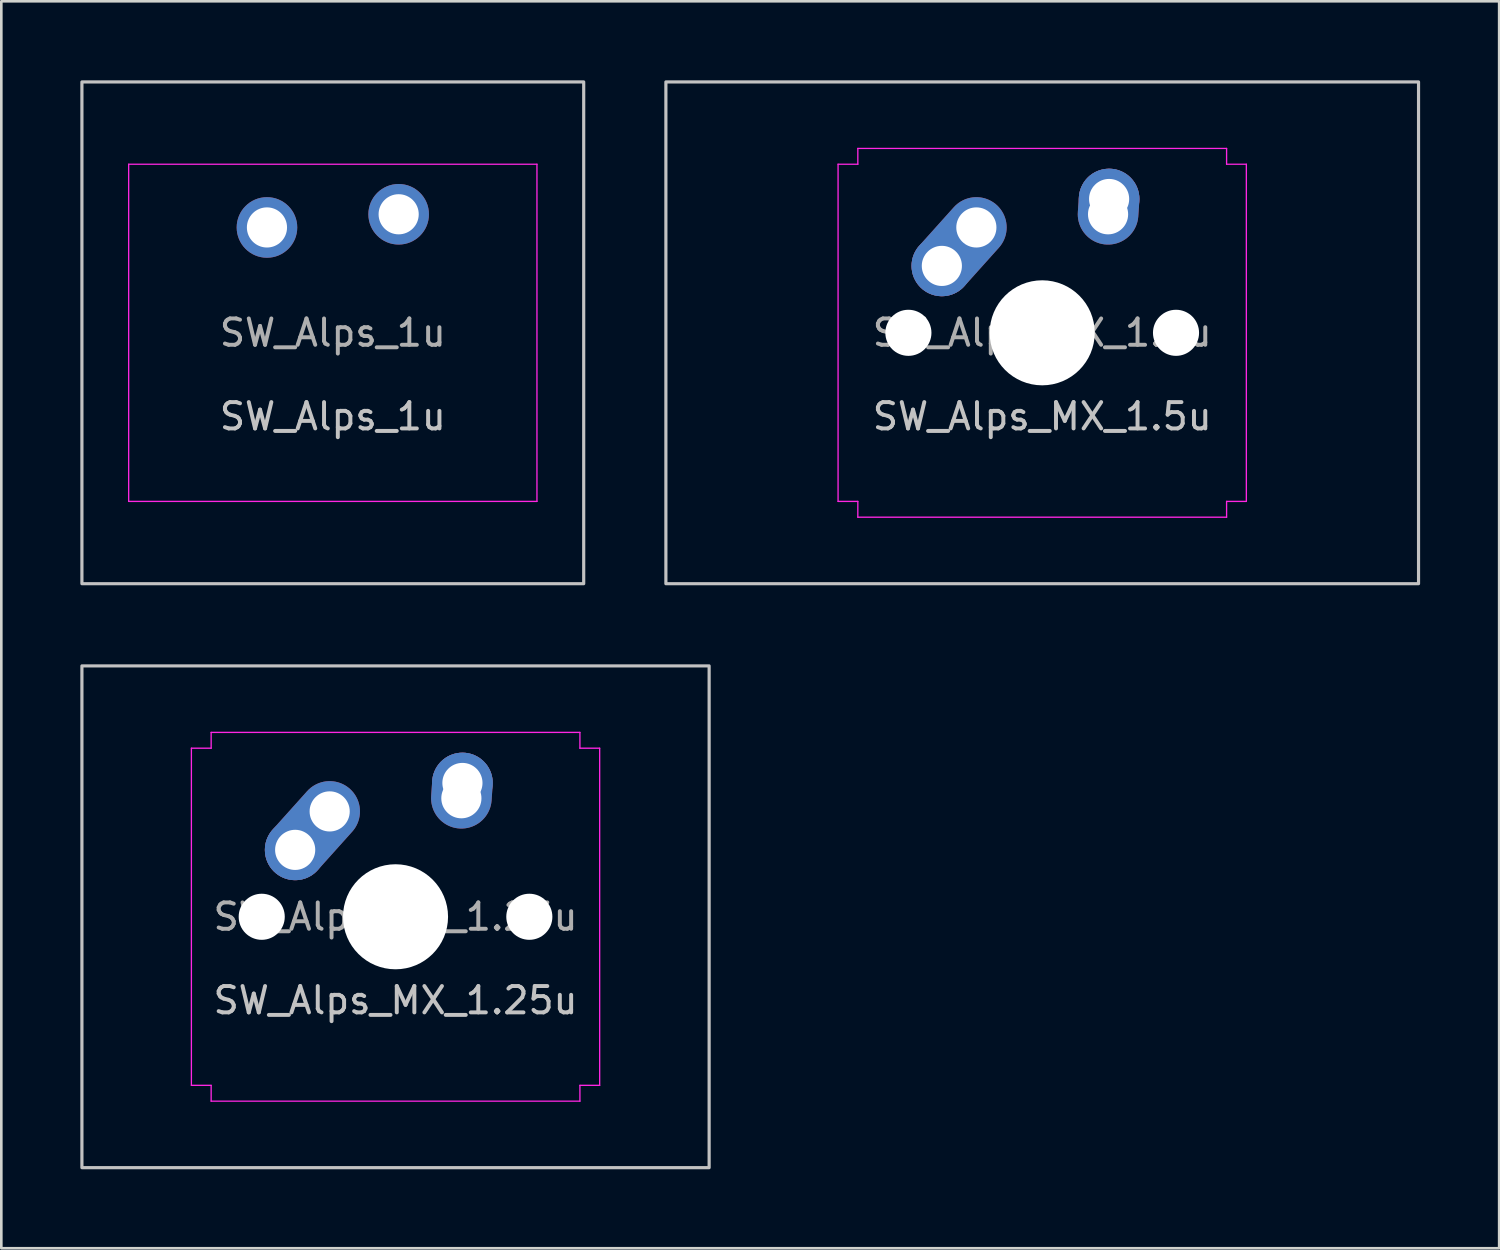
<source format=kicad_pcb>
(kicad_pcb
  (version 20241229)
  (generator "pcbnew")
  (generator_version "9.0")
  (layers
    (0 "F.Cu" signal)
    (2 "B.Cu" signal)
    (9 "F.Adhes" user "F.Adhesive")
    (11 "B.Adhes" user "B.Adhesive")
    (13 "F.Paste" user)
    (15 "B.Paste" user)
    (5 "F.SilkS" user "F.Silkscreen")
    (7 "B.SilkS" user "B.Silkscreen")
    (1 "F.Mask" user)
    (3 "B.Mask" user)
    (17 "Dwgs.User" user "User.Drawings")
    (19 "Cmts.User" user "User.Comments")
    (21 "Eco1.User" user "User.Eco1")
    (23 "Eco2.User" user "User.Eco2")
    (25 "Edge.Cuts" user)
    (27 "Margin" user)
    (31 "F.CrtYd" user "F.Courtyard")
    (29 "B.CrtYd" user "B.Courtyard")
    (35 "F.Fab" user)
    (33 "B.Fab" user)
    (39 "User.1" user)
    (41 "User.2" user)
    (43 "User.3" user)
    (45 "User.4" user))
  (footprint "SW_Alps_MX_1.25u"
    (layer "F.Cu")
    (at 11.966 31.755)
    (property "Reference" "SW_Alps_MX_1.25u" (at 0 3.175 0) (layer "Dwgs.User") (effects (font (size 1 1) (thickness 0.15))))
    (attr through_hole exclude_from_pos_files exclude_from_bom)
    (fp_rect (start -11.906 -9.525) (end 11.906 9.525) (stroke (width 0.12) (type solid)) (fill no) (layer "Dwgs.User"))
    (fp_line (start -7.75 -5.9) (end -7.75 5.9) (stroke (width 0.05) (type solid)) (layer "Eco2.User"))
    (fp_line (start -7.25 -6.4) (end -7 -6.4) (stroke (width 0.05) (type solid)) (layer "Eco2.User"))
    (fp_line (start -7.25 6.4) (end -7 6.4) (stroke (width 0.05) (type solid)) (layer "Eco2.User"))
    (fp_line (start -7 -6.4) (end -7 -6.5) (stroke (width 0.05) (type solid)) (layer "Eco2.User"))
    (fp_line (start -7 6.4) (end -7 6.5) (stroke (width 0.05) (type solid)) (layer "Eco2.User"))
    (fp_line (start -6.5 -7) (end 6.5 -7) (stroke (width 0.05) (type solid)) (layer "Eco2.User"))
    (fp_line (start -6.5 7) (end 6.5 7) (stroke (width 0.05) (type solid)) (layer "Eco2.User"))
    (fp_line (start 7 -6.4) (end 7 -6.5) (stroke (width 0.05) (type solid)) (layer "Eco2.User"))
    (fp_line (start 7 6.4) (end 7 6.5) (stroke (width 0.05) (type solid)) (layer "Eco2.User"))
    (fp_line (start 7.25 -6.4) (end 7 -6.4) (stroke (width 0.05) (type solid)) (layer "Eco2.User"))
    (fp_line (start 7.25 6.4) (end 7 6.4) (stroke (width 0.05) (type solid)) (layer "Eco2.User"))
    (fp_line (start 7.75 -5.9) (end 7.75 5.9) (stroke (width 0.05) (type solid)) (layer "Eco2.User"))
    (fp_arc (start -7.75 -5.9) (mid -7.603553 -6.253553) (end -7.25 -6.4) (stroke (width 0.05) (type solid)) (layer "Eco2.User"))
    (fp_arc (start -7.25 6.4) (mid -7.603553 6.253553) (end -7.75 5.9) (stroke (width 0.05) (type solid)) (layer "Eco2.User"))
    (fp_arc (start -7 -6.5) (mid -6.853553 -6.853553) (end -6.5 -7) (stroke (width 0.05) (type solid)) (layer "Eco2.User"))
    (fp_arc (start -6.5 7) (mid -6.853553 6.853553) (end -7 6.5) (stroke (width 0.05) (type solid)) (layer "Eco2.User"))
    (fp_arc (start 6.5 -7) (mid 6.853553 -6.853553) (end 7 -6.5) (stroke (width 0.05) (type solid)) (layer "Eco2.User"))
    (fp_arc (start 7 6.5) (mid 6.853553 6.853553) (end 6.5 7) (stroke (width 0.05) (type solid)) (layer "Eco2.User"))
    (fp_arc (start 7.25 -6.4) (mid 7.603553 -6.253553) (end 7.75 -5.9) (stroke (width 0.05) (type solid)) (layer "Eco2.User"))
    (fp_arc (start 7.75 5.9) (mid 7.603553 6.253553) (end 7.25 6.4) (stroke (width 0.05) (type solid)) (layer "Eco2.User"))
    (fp_line (start -7.75 -6.4) (end -7.75 6.4) (stroke (width 0.05) (type solid)) (layer "F.CrtYd"))
    (fp_line (start -7.75 -6.4) (end -7 -6.4) (stroke (width 0.05) (type solid)) (layer "F.CrtYd"))
    (fp_line (start -7.75 6.4) (end -7 6.4) (stroke (width 0.05) (type solid)) (layer "F.CrtYd"))
    (fp_line (start -7 -7) (end -7 -6.4) (stroke (width 0.05) (type solid)) (layer "F.CrtYd"))
    (fp_line (start -7 7) (end -7 6.4) (stroke (width 0.05) (type solid)) (layer "F.CrtYd"))
    (fp_line (start -7 7) (end 7 7) (stroke (width 0.05) (type solid)) (layer "F.CrtYd"))
    (fp_line (start 7 -7) (end -7 -7) (stroke (width 0.05) (type solid)) (layer "F.CrtYd"))
    (fp_line (start 7 -7) (end 7 -6.4) (stroke (width 0.05) (type solid)) (layer "F.CrtYd"))
    (fp_line (start 7 7) (end 7 6.4) (stroke (width 0.05) (type solid)) (layer "F.CrtYd"))
    (fp_line (start 7.75 -6.4) (end 7 -6.4) (stroke (width 0.05) (type solid)) (layer "F.CrtYd"))
    (fp_line (start 7.75 6.4) (end 7 6.4) (stroke (width 0.05) (type solid)) (layer "F.CrtYd"))
    (fp_line (start 7.75 6.4) (end 7.75 -6.4) (stroke (width 0.05) (type solid)) (layer "F.CrtYd"))
    (fp_text user "${REFERENCE}" (at 0 0 0) (layer "F.Fab") (effects (font (size 1 1) (thickness 0.15))))
    (pad "" np_thru_hole circle (at -5.08 0) (size 1.75 1.75) (drill 1.75) (layers "*.Cu" "*.Mask"))
    (pad "" np_thru_hole circle (at 0 0) (size 3.988 3.988) (drill 3.988) (layers "*.Cu" "*.Mask"))
    (pad "" np_thru_hole circle (at 5.08 0) (size 1.75 1.75) (drill 1.75) (layers "*.Cu" "*.Mask"))
    (pad "1" thru_hole circle (at -3.81 -2.54) (size 2.3 2.3) (drill 1.524) (layers "*.Cu" "B.Mask"))
    (pad "1" thru_hole oval (at -2.5 -4 318.1) (size 2.3 4.262) (drill 1.524 (offset 0 0.981)) (layers "*.Cu" "B.Mask"))
    (pad "2" thru_hole oval (at 2.5 -4.5 176.1) (size 2.3 2.881) (drill 1.524 (offset 0 0.29)) (layers "*.Cu" "B.Mask"))
    (pad "2" thru_hole circle (at 2.54 -5.08) (size 2.3 2.3) (drill 1.524) (layers "*.Cu" "B.Mask")))
  (footprint "SW_Alps_MX_1.5u"
    (layer "F.Cu")
    (at 36.517 9.585)
    (property "Reference" "SW_Alps_MX_1.5u" (at 0 3.175 0) (layer "Dwgs.User") (effects (font (size 1 1) (thickness 0.15))))
    (attr through_hole exclude_from_pos_files exclude_from_bom)
    (fp_rect (start -14.287 -9.525) (end 14.287 9.525) (stroke (width 0.12) (type solid)) (fill no) (layer "Dwgs.User"))
    (fp_line (start -7.75 -5.9) (end -7.75 5.9) (stroke (width 0.05) (type solid)) (layer "Eco2.User"))
    (fp_line (start -7.25 -6.4) (end -7 -6.4) (stroke (width 0.05) (type solid)) (layer "Eco2.User"))
    (fp_line (start -7.25 6.4) (end -7 6.4) (stroke (width 0.05) (type solid)) (layer "Eco2.User"))
    (fp_line (start -7 -6.4) (end -7 -6.5) (stroke (width 0.05) (type solid)) (layer "Eco2.User"))
    (fp_line (start -7 6.4) (end -7 6.5) (stroke (width 0.05) (type solid)) (layer "Eco2.User"))
    (fp_line (start -6.5 -7) (end 6.5 -7) (stroke (width 0.05) (type solid)) (layer "Eco2.User"))
    (fp_line (start -6.5 7) (end 6.5 7) (stroke (width 0.05) (type solid)) (layer "Eco2.User"))
    (fp_line (start 7 -6.4) (end 7 -6.5) (stroke (width 0.05) (type solid)) (layer "Eco2.User"))
    (fp_line (start 7 6.4) (end 7 6.5) (stroke (width 0.05) (type solid)) (layer "Eco2.User"))
    (fp_line (start 7.25 -6.4) (end 7 -6.4) (stroke (width 0.05) (type solid)) (layer "Eco2.User"))
    (fp_line (start 7.25 6.4) (end 7 6.4) (stroke (width 0.05) (type solid)) (layer "Eco2.User"))
    (fp_line (start 7.75 -5.9) (end 7.75 5.9) (stroke (width 0.05) (type solid)) (layer "Eco2.User"))
    (fp_arc (start -7.75 -5.9) (mid -7.603553 -6.253553) (end -7.25 -6.4) (stroke (width 0.05) (type solid)) (layer "Eco2.User"))
    (fp_arc (start -7.25 6.4) (mid -7.603553 6.253553) (end -7.75 5.9) (stroke (width 0.05) (type solid)) (layer "Eco2.User"))
    (fp_arc (start -7 -6.5) (mid -6.853553 -6.853553) (end -6.5 -7) (stroke (width 0.05) (type solid)) (layer "Eco2.User"))
    (fp_arc (start -6.5 7) (mid -6.853553 6.853553) (end -7 6.5) (stroke (width 0.05) (type solid)) (layer "Eco2.User"))
    (fp_arc (start 6.5 -7) (mid 6.853553 -6.853553) (end 7 -6.5) (stroke (width 0.05) (type solid)) (layer "Eco2.User"))
    (fp_arc (start 7 6.5) (mid 6.853553 6.853553) (end 6.5 7) (stroke (width 0.05) (type solid)) (layer "Eco2.User"))
    (fp_arc (start 7.25 -6.4) (mid 7.603553 -6.253553) (end 7.75 -5.9) (stroke (width 0.05) (type solid)) (layer "Eco2.User"))
    (fp_arc (start 7.75 5.9) (mid 7.603553 6.253553) (end 7.25 6.4) (stroke (width 0.05) (type solid)) (layer "Eco2.User"))
    (fp_line (start -7.75 -6.4) (end -7.75 6.4) (stroke (width 0.05) (type solid)) (layer "F.CrtYd"))
    (fp_line (start -7.75 -6.4) (end -7 -6.4) (stroke (width 0.05) (type solid)) (layer "F.CrtYd"))
    (fp_line (start -7.75 6.4) (end -7 6.4) (stroke (width 0.05) (type solid)) (layer "F.CrtYd"))
    (fp_line (start -7 -7) (end -7 -6.4) (stroke (width 0.05) (type solid)) (layer "F.CrtYd"))
    (fp_line (start -7 7) (end -7 6.4) (stroke (width 0.05) (type solid)) (layer "F.CrtYd"))
    (fp_line (start -7 7) (end 7 7) (stroke (width 0.05) (type solid)) (layer "F.CrtYd"))
    (fp_line (start 7 -7) (end -7 -7) (stroke (width 0.05) (type solid)) (layer "F.CrtYd"))
    (fp_line (start 7 -7) (end 7 -6.4) (stroke (width 0.05) (type solid)) (layer "F.CrtYd"))
    (fp_line (start 7 7) (end 7 6.4) (stroke (width 0.05) (type solid)) (layer "F.CrtYd"))
    (fp_line (start 7.75 -6.4) (end 7 -6.4) (stroke (width 0.05) (type solid)) (layer "F.CrtYd"))
    (fp_line (start 7.75 6.4) (end 7 6.4) (stroke (width 0.05) (type solid)) (layer "F.CrtYd"))
    (fp_line (start 7.75 6.4) (end 7.75 -6.4) (stroke (width 0.05) (type solid)) (layer "F.CrtYd"))
    (fp_text user "${REFERENCE}" (at 0 0 0) (layer "F.Fab") (effects (font (size 1 1) (thickness 0.15))))
    (pad "" np_thru_hole circle (at -5.08 0) (size 1.75 1.75) (drill 1.75) (layers "*.Cu" "*.Mask"))
    (pad "" np_thru_hole circle (at 0 0) (size 3.988 3.988) (drill 3.988) (layers "*.Cu" "*.Mask"))
    (pad "" np_thru_hole circle (at 5.08 0) (size 1.75 1.75) (drill 1.75) (layers "*.Cu" "*.Mask"))
    (pad "1" thru_hole circle (at -3.81 -2.54) (size 2.3 2.3) (drill 1.524) (layers "*.Cu" "B.Mask"))
    (pad "1" thru_hole oval (at -2.5 -4 318.1) (size 2.3 4.262) (drill 1.524 (offset 0 0.981)) (layers "*.Cu" "B.Mask"))
    (pad "2" thru_hole oval (at 2.5 -4.5 176.1) (size 2.3 2.881) (drill 1.524 (offset 0 0.29)) (layers "*.Cu" "B.Mask"))
    (pad "2" thru_hole circle (at 2.54 -5.08) (size 2.3 2.3) (drill 1.524) (layers "*.Cu" "B.Mask")))
  (footprint "SW_Alps_1u"
    (layer "F.Cu")
    (at 9.585 9.585)
    (property "Reference" "SW_Alps_1u" (at 0 3.175 0) (layer "Dwgs.User") (effects (font (size 1 1) (thickness 0.15))))
    (attr through_hole exclude_from_pos_files exclude_from_bom)
    (fp_rect (start -9.525 -9.525) (end 9.525 9.525) (stroke (width 0.12) (type solid)) (fill no) (layer "Dwgs.User"))
    (fp_line (start -7.75 -5.9) (end -7.75 5.9) (stroke (width 0.05) (type solid)) (layer "Eco2.User"))
    (fp_line (start -7.25 -6.4) (end 7.25 -6.4) (stroke (width 0.05) (type solid)) (layer "Eco2.User"))
    (fp_line (start -7.25 6.4) (end 7.25 6.4) (stroke (width 0.05) (type solid)) (layer "Eco2.User"))
    (fp_line (start 7.75 -5.9) (end 7.75 5.9) (stroke (width 0.05) (type solid)) (layer "Eco2.User"))
    (fp_arc (start -7.75 -5.9) (mid -7.603553 -6.253553) (end -7.25 -6.4) (stroke (width 0.05) (type solid)) (layer "Eco2.User"))
    (fp_arc (start -7.25 6.4) (mid -7.603553 6.253553) (end -7.75 5.9) (stroke (width 0.05) (type solid)) (layer "Eco2.User"))
    (fp_arc (start 7.25 -6.4) (mid 7.603553 -6.253553) (end 7.75 -5.9) (stroke (width 0.05) (type solid)) (layer "Eco2.User"))
    (fp_arc (start 7.75 5.9) (mid 7.603553 6.253553) (end 7.25 6.4) (stroke (width 0.05) (type solid)) (layer "Eco2.User"))
    (fp_line (start -7.75 -6.4) (end -7.75 6.4) (stroke (width 0.05) (type solid)) (layer "F.CrtYd"))
    (fp_line (start -7.75 6.4) (end 7.75 6.4) (stroke (width 0.05) (type solid)) (layer "F.CrtYd"))
    (fp_line (start 7.75 -6.4) (end -7.75 -6.4) (stroke (width 0.05) (type solid)) (layer "F.CrtYd"))
    (fp_line (start 7.75 6.4) (end 7.75 -6.4) (stroke (width 0.05) (type solid)) (layer "F.CrtYd"))
    (fp_text user "${REFERENCE}" (at 0 0 0) (layer "F.Fab") (effects (font (size 1 1) (thickness 0.15))))
    (pad "1" thru_hole circle (at -2.5 -4 318.1) (size 2.3 2.3) (drill 1.524) (layers "*.Cu" "B.Mask"))
    (pad "2" thru_hole circle (at 2.5 -4.5 176.1) (size 2.3 2.3) (drill 1.524) (layers "*.Cu" "B.Mask")))
  (gr_rect
    (start -3 -3)
    (end 53.865 44.34)
    (stroke (width 0.1) (type default))
    (fill no)
    (layer "Edge.Cuts")))
</source>
